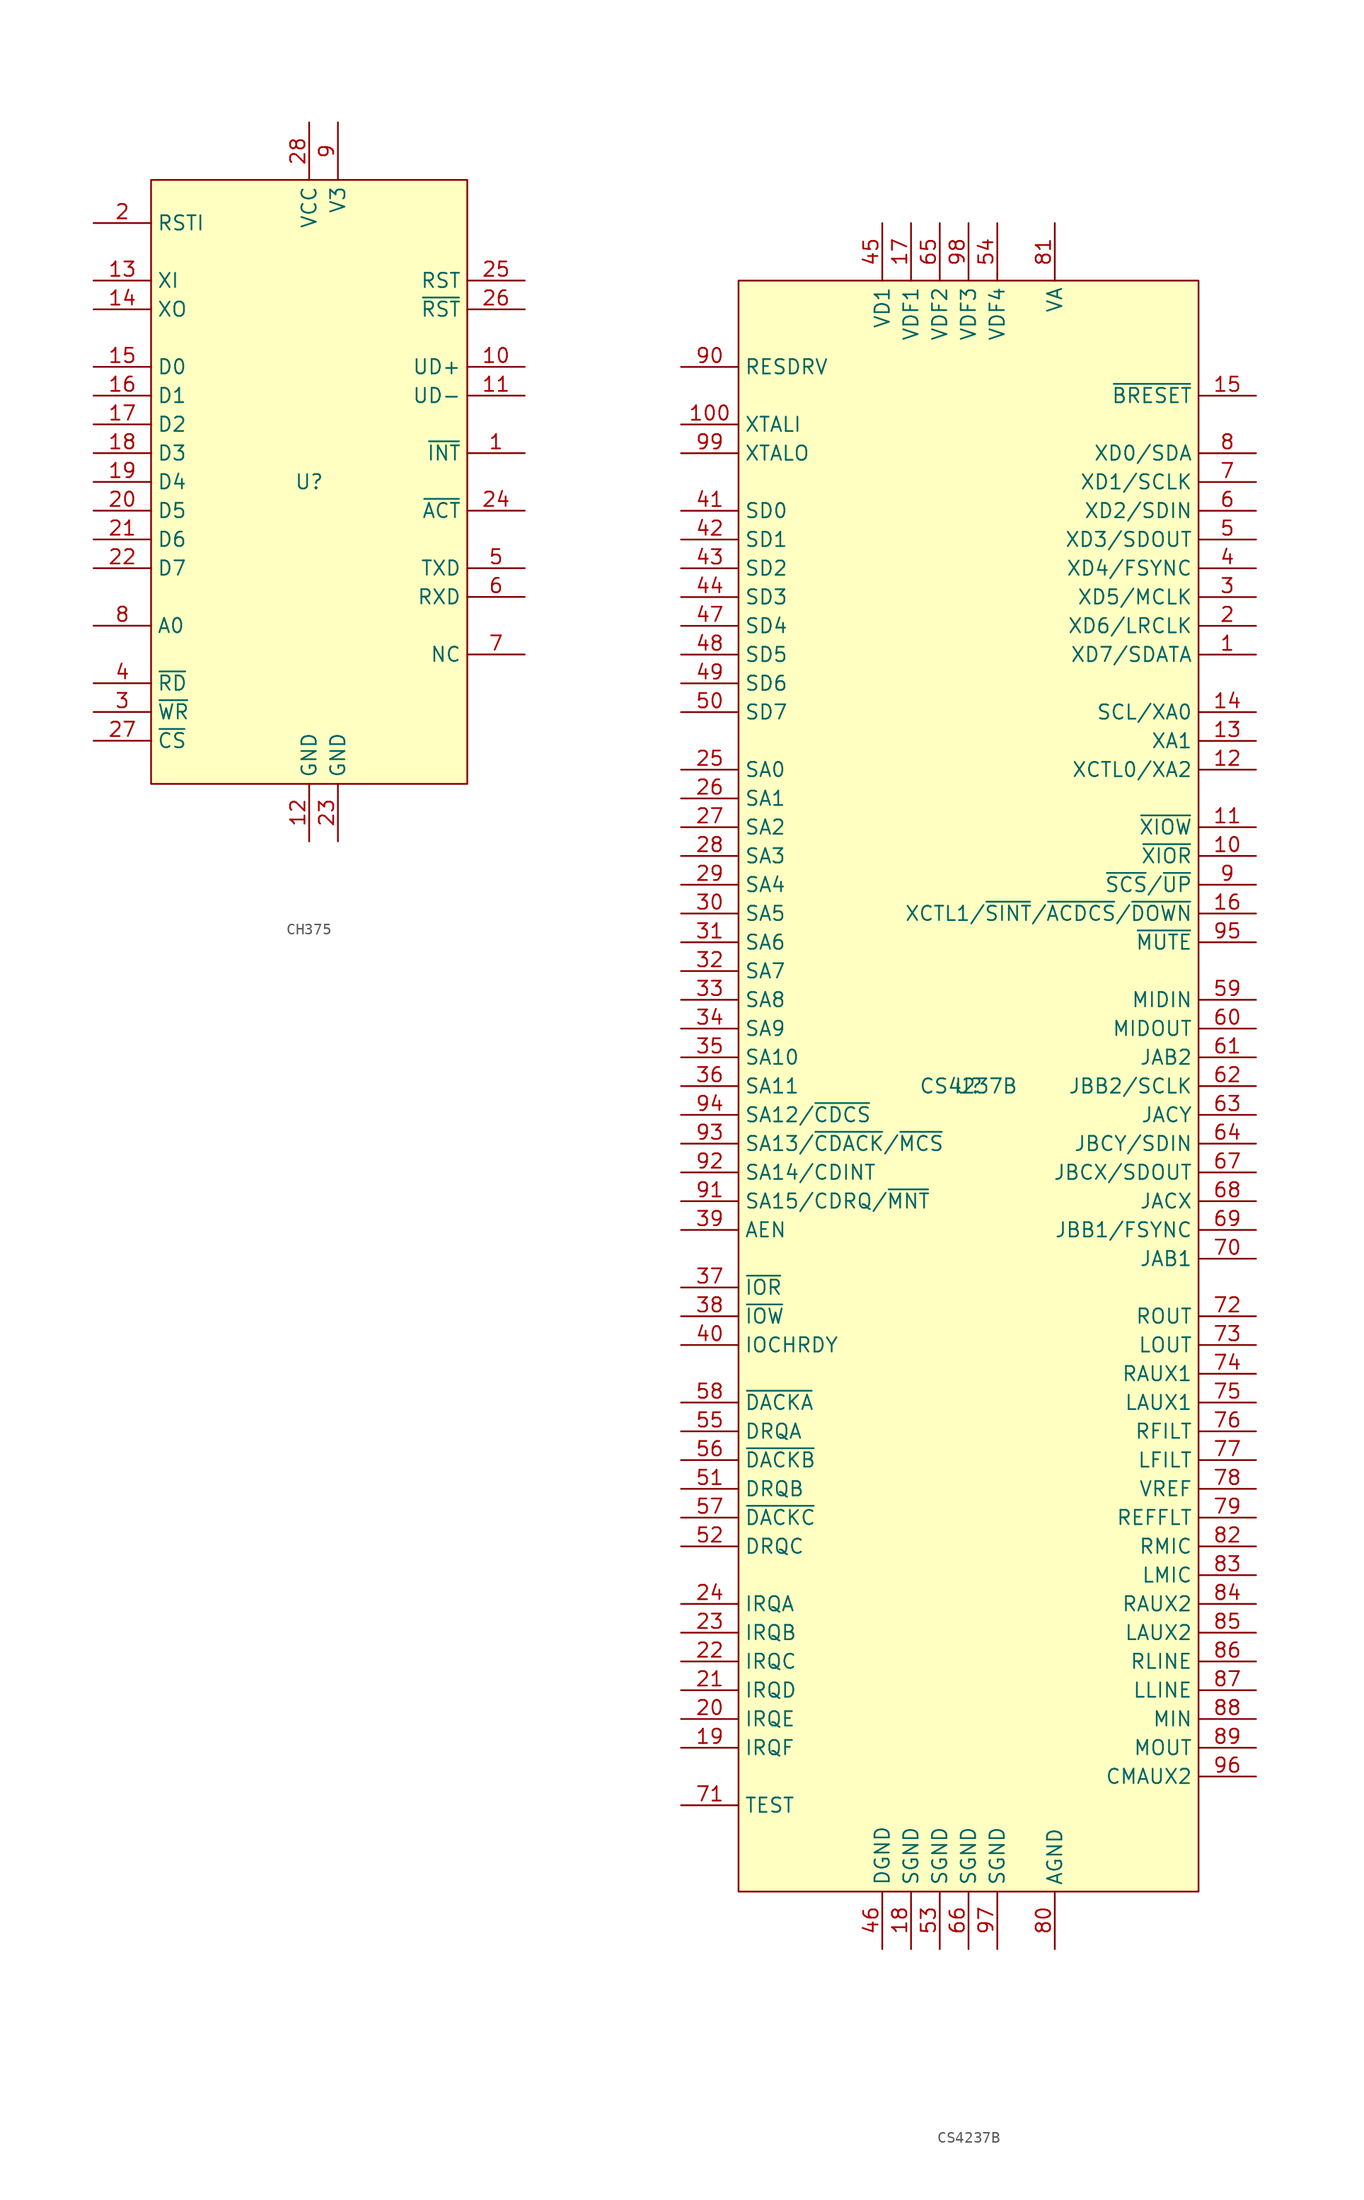
<source format=kicad_sym>
(kicad_symbol_lib
  (version 20231120)
  (generator "kicad_symbol_editor")
  (generator_version "8.0")
  (symbol "CH375"
    (property "Reference" "U"
      (at 0 0 0)
      (effects (font (size 1.27 1.27))))
    (property "Value" ""
      (at 0 0 0)
      (effects (font (size 1.27 1.27))))
    (symbol "CH375_0_0"
      (pin output line (at 19.05 2.54 180) (length 5.08) (name "~{INT}" (effects (font (size 1.27 1.27)))) (number "1" (effects (font (size 1.27 1.27)))))
      (pin bidirectional line (at 19.05 10.16 180) (length 5.08) (name "UD+" (effects (font (size 1.27 1.27)))) (number "10" (effects (font (size 1.27 1.27)))))
      (pin bidirectional line (at 19.05 7.62 180) (length 5.08) (name "UD-" (effects (font (size 1.27 1.27)))) (number "11" (effects (font (size 1.27 1.27)))))
      (pin power_in line (at 0 -31.75 90) (length 5.08) (name "GND" (effects (font (size 1.27 1.27)))) (number "12" (effects (font (size 1.27 1.27)))))
      (pin input line (at -19.05 17.78 0) (length 5.08) (name "XI" (effects (font (size 1.27 1.27)))) (number "13" (effects (font (size 1.27 1.27)))))
      (pin output line (at -19.05 15.24 0) (length 5.08) (name "XO" (effects (font (size 1.27 1.27)))) (number "14" (effects (font (size 1.27 1.27)))))
      (pin bidirectional line (at -19.05 10.16 0) (length 5.08) (name "D0" (effects (font (size 1.27 1.27)))) (number "15" (effects (font (size 1.27 1.27)))))
      (pin bidirectional line (at -19.05 7.62 0) (length 5.08) (name "D1" (effects (font (size 1.27 1.27)))) (number "16" (effects (font (size 1.27 1.27)))))
      (pin bidirectional line (at -19.05 5.08 0) (length 5.08) (name "D2" (effects (font (size 1.27 1.27)))) (number "17" (effects (font (size 1.27 1.27)))))
      (pin bidirectional line (at -19.05 2.54 0) (length 5.08) (name "D3" (effects (font (size 1.27 1.27)))) (number "18" (effects (font (size 1.27 1.27)))))
      (pin bidirectional line (at -19.05 0 0) (length 5.08) (name "D4" (effects (font (size 1.27 1.27)))) (number "19" (effects (font (size 1.27 1.27)))))
      (pin input line (at -19.05 22.86 0) (length 5.08) (name "RSTI" (effects (font (size 1.27 1.27)))) (number "2" (effects (font (size 1.27 1.27)))))
      (pin bidirectional line (at -19.05 -2.54 0) (length 5.08) (name "D5" (effects (font (size 1.27 1.27)))) (number "20" (effects (font (size 1.27 1.27)))))
      (pin bidirectional line (at -19.05 -5.08 0) (length 5.08) (name "D6" (effects (font (size 1.27 1.27)))) (number "21" (effects (font (size 1.27 1.27)))))
      (pin bidirectional line (at -19.05 -7.62 0) (length 5.08) (name "D7" (effects (font (size 1.27 1.27)))) (number "22" (effects (font (size 1.27 1.27)))))
      (pin power_in line (at 2.54 -31.75 90) (length 5.08) (name "GND" (effects (font (size 1.27 1.27)))) (number "23" (effects (font (size 1.27 1.27)))))
      (pin output line (at 19.05 -2.54 180) (length 5.08) (name "~{ACT}" (effects (font (size 1.27 1.27)))) (number "24" (effects (font (size 1.27 1.27)))))
      (pin output line (at 19.05 17.78 180) (length 5.08) (name "RST" (effects (font (size 1.27 1.27)))) (number "25" (effects (font (size 1.27 1.27)))))
      (pin output line (at 19.05 15.24 180) (length 5.08) (name "~{RST}" (effects (font (size 1.27 1.27)))) (number "26" (effects (font (size 1.27 1.27)))))
      (pin input line (at -19.05 -22.86 0) (length 5.08) (name "~{CS}" (effects (font (size 1.27 1.27)))) (number "27" (effects (font (size 1.27 1.27)))))
      (pin power_in line (at 0 31.75 270) (length 5.08) (name "VCC" (effects (font (size 1.27 1.27)))) (number "28" (effects (font (size 1.27 1.27)))))
      (pin input line (at -19.05 -20.32 0) (length 5.08) (name "~{WR}" (effects (font (size 1.27 1.27)))) (number "3" (effects (font (size 1.27 1.27)))))
      (pin input line (at -19.05 -17.78 0) (length 5.08) (name "~{RD}" (effects (font (size 1.27 1.27)))) (number "4" (effects (font (size 1.27 1.27)))))
      (pin bidirectional line (at 19.05 -7.62 180) (length 5.08) (name "TXD" (effects (font (size 1.27 1.27)))) (number "5" (effects (font (size 1.27 1.27)))))
      (pin input line (at 19.05 -10.16 180) (length 5.08) (name "RXD" (effects (font (size 1.27 1.27)))) (number "6" (effects (font (size 1.27 1.27)))))
      (pin input line (at 19.05 -15.24 180) (length 5.08) (name "NC" (effects (font (size 1.27 1.27)))) (number "7" (effects (font (size 1.27 1.27)))))
      (pin input line (at -19.05 -12.7 0) (length 5.08) (name "A0" (effects (font (size 1.27 1.27)))) (number "8" (effects (font (size 1.27 1.27)))))
      (pin power_in line (at 2.54 31.75 270) (length 5.08) (name "V3" (effects (font (size 1.27 1.27)))) (number "9" (effects (font (size 1.27 1.27))))))
    (symbol "CH375_1_1"
      (rectangle (start -13.97 26.67) (end 13.97 -26.67) (stroke (width 0) (type default)) (fill (type background)))))
  (symbol "CS4237B"
    (property "Reference" "U"
      (at 0 0 0)
      (effects (font (size 1.27 1.27))))
    (property "Value" "CS4237B"
      (at 0 0 0)
      (effects (font (size 1.27 1.27))))
    (symbol "CS4237B_0_0"
      (pin bidirectional line (at 25.4 38.1 180) (length 5.08) (name "XD7/SDATA" (effects (font (size 1.27 1.27)))) (number "1" (effects (font (size 1.27 1.27)))))
      (pin output line (at 25.4 20.32 180) (length 5.08) (name "~{XIOR}" (effects (font (size 1.27 1.27)))) (number "10" (effects (font (size 1.27 1.27)))))
      (pin input line (at -25.4 58.42 0) (length 5.08) (name "XTALI" (effects (font (size 1.27 1.27)))) (number "100" (effects (font (size 1.27 1.27)))))
      (pin output line (at 25.4 22.86 180) (length 5.08) (name "~{XIOW}" (effects (font (size 1.27 1.27)))) (number "11" (effects (font (size 1.27 1.27)))))
      (pin output line (at 25.4 27.94 180) (length 5.08) (name "XCTL0/XA2" (effects (font (size 1.27 1.27)))) (number "12" (effects (font (size 1.27 1.27)))))
      (pin output line (at 25.4 30.48 180) (length 5.08) (name "XA1" (effects (font (size 1.27 1.27)))) (number "13" (effects (font (size 1.27 1.27)))))
      (pin output line (at 25.4 33.02 180) (length 5.08) (name "SCL/XA0" (effects (font (size 1.27 1.27)))) (number "14" (effects (font (size 1.27 1.27)))))
      (pin output line (at 25.4 60.96 180) (length 5.08) (name "~{BRESET}" (effects (font (size 1.27 1.27)))) (number "15" (effects (font (size 1.27 1.27)))))
      (pin bidirectional line (at 25.4 15.24 180) (length 5.08) (name "XCTL1/~{SINT}/~{ACDCS}/~{DOWN}" (effects (font (size 1.27 1.27)))) (number "16" (effects (font (size 1.27 1.27)))))
      (pin power_in line (at -5.08 76.2 270) (length 5.08) (name "VDF1" (effects (font (size 1.27 1.27)))) (number "17" (effects (font (size 1.27 1.27)))))
      (pin power_in line (at -5.08 -76.2 90) (length 5.08) (name "SGND" (effects (font (size 1.27 1.27)))) (number "18" (effects (font (size 1.27 1.27)))))
      (pin output line (at -25.4 -58.42 0) (length 5.08) (name "IRQF" (effects (font (size 1.27 1.27)))) (number "19" (effects (font (size 1.27 1.27)))))
      (pin bidirectional line (at 25.4 40.64 180) (length 5.08) (name "XD6/LRCLK" (effects (font (size 1.27 1.27)))) (number "2" (effects (font (size 1.27 1.27)))))
      (pin output line (at -25.4 -55.88 0) (length 5.08) (name "IRQE" (effects (font (size 1.27 1.27)))) (number "20" (effects (font (size 1.27 1.27)))))
      (pin output line (at -25.4 -53.34 0) (length 5.08) (name "IRQD" (effects (font (size 1.27 1.27)))) (number "21" (effects (font (size 1.27 1.27)))))
      (pin output line (at -25.4 -50.8 0) (length 5.08) (name "IRQC" (effects (font (size 1.27 1.27)))) (number "22" (effects (font (size 1.27 1.27)))))
      (pin output line (at -25.4 -48.26 0) (length 5.08) (name "IRQB" (effects (font (size 1.27 1.27)))) (number "23" (effects (font (size 1.27 1.27)))))
      (pin output line (at -25.4 -45.72 0) (length 5.08) (name "IRQA" (effects (font (size 1.27 1.27)))) (number "24" (effects (font (size 1.27 1.27)))))
      (pin input line (at -25.4 27.94 0) (length 5.08) (name "SA0" (effects (font (size 1.27 1.27)))) (number "25" (effects (font (size 1.27 1.27)))))
      (pin input line (at -25.4 25.4 0) (length 5.08) (name "SA1" (effects (font (size 1.27 1.27)))) (number "26" (effects (font (size 1.27 1.27)))))
      (pin input line (at -25.4 22.86 0) (length 5.08) (name "SA2" (effects (font (size 1.27 1.27)))) (number "27" (effects (font (size 1.27 1.27)))))
      (pin input line (at -25.4 20.32 0) (length 5.08) (name "SA3" (effects (font (size 1.27 1.27)))) (number "28" (effects (font (size 1.27 1.27)))))
      (pin input line (at -25.4 17.78 0) (length 5.08) (name "SA4" (effects (font (size 1.27 1.27)))) (number "29" (effects (font (size 1.27 1.27)))))
      (pin bidirectional line (at 25.4 43.18 180) (length 5.08) (name "XD5/MCLK" (effects (font (size 1.27 1.27)))) (number "3" (effects (font (size 1.27 1.27)))))
      (pin input line (at -25.4 15.24 0) (length 5.08) (name "SA5" (effects (font (size 1.27 1.27)))) (number "30" (effects (font (size 1.27 1.27)))))
      (pin input line (at -25.4 12.7 0) (length 5.08) (name "SA6" (effects (font (size 1.27 1.27)))) (number "31" (effects (font (size 1.27 1.27)))))
      (pin input line (at -25.4 10.16 0) (length 5.08) (name "SA7" (effects (font (size 1.27 1.27)))) (number "32" (effects (font (size 1.27 1.27)))))
      (pin input line (at -25.4 7.62 0) (length 5.08) (name "SA8" (effects (font (size 1.27 1.27)))) (number "33" (effects (font (size 1.27 1.27)))))
      (pin input line (at -25.4 5.08 0) (length 5.08) (name "SA9" (effects (font (size 1.27 1.27)))) (number "34" (effects (font (size 1.27 1.27)))))
      (pin input line (at -25.4 2.54 0) (length 5.08) (name "SA10" (effects (font (size 1.27 1.27)))) (number "35" (effects (font (size 1.27 1.27)))))
      (pin input line (at -25.4 0 0) (length 5.08) (name "SA11" (effects (font (size 1.27 1.27)))) (number "36" (effects (font (size 1.27 1.27)))))
      (pin input line (at -25.4 -17.78 0) (length 5.08) (name "~{IOR}" (effects (font (size 1.27 1.27)))) (number "37" (effects (font (size 1.27 1.27)))))
      (pin input line (at -25.4 -20.32 0) (length 5.08) (name "~{IOW}" (effects (font (size 1.27 1.27)))) (number "38" (effects (font (size 1.27 1.27)))))
      (pin input line (at -25.4 -12.7 0) (length 5.08) (name "AEN" (effects (font (size 1.27 1.27)))) (number "39" (effects (font (size 1.27 1.27)))))
      (pin bidirectional line (at 25.4 45.72 180) (length 5.08) (name "XD4/FSYNC" (effects (font (size 1.27 1.27)))) (number "4" (effects (font (size 1.27 1.27)))))
      (pin input line (at -25.4 -22.86 0) (length 5.08) (name "IOCHRDY" (effects (font (size 1.27 1.27)))) (number "40" (effects (font (size 1.27 1.27)))))
      (pin bidirectional line (at -25.4 50.8 0) (length 5.08) (name "SD0" (effects (font (size 1.27 1.27)))) (number "41" (effects (font (size 1.27 1.27)))))
      (pin bidirectional line (at -25.4 48.26 0) (length 5.08) (name "SD1" (effects (font (size 1.27 1.27)))) (number "42" (effects (font (size 1.27 1.27)))))
      (pin bidirectional line (at -25.4 45.72 0) (length 5.08) (name "SD2" (effects (font (size 1.27 1.27)))) (number "43" (effects (font (size 1.27 1.27)))))
      (pin bidirectional line (at -25.4 43.18 0) (length 5.08) (name "SD3" (effects (font (size 1.27 1.27)))) (number "44" (effects (font (size 1.27 1.27)))))
      (pin power_in line (at -7.62 76.2 270) (length 5.08) (name "VD1" (effects (font (size 1.27 1.27)))) (number "45" (effects (font (size 1.27 1.27)))))
      (pin power_in line (at -7.62 -76.2 90) (length 5.08) (name "DGND" (effects (font (size 1.27 1.27)))) (number "46" (effects (font (size 1.27 1.27)))))
      (pin bidirectional line (at -25.4 40.64 0) (length 5.08) (name "SD4" (effects (font (size 1.27 1.27)))) (number "47" (effects (font (size 1.27 1.27)))))
      (pin bidirectional line (at -25.4 38.1 0) (length 5.08) (name "SD5" (effects (font (size 1.27 1.27)))) (number "48" (effects (font (size 1.27 1.27)))))
      (pin bidirectional line (at -25.4 35.56 0) (length 5.08) (name "SD6" (effects (font (size 1.27 1.27)))) (number "49" (effects (font (size 1.27 1.27)))))
      (pin bidirectional line (at 25.4 48.26 180) (length 5.08) (name "XD3/SDOUT" (effects (font (size 1.27 1.27)))) (number "5" (effects (font (size 1.27 1.27)))))
      (pin bidirectional line (at -25.4 33.02 0) (length 5.08) (name "SD7" (effects (font (size 1.27 1.27)))) (number "50" (effects (font (size 1.27 1.27)))))
      (pin output line (at -25.4 -35.56 0) (length 5.08) (name "DRQB" (effects (font (size 1.27 1.27)))) (number "51" (effects (font (size 1.27 1.27)))))
      (pin output line (at -25.4 -40.64 0) (length 5.08) (name "DRQC" (effects (font (size 1.27 1.27)))) (number "52" (effects (font (size 1.27 1.27)))))
      (pin power_in line (at -2.54 -76.2 90) (length 5.08) (name "SGND" (effects (font (size 1.27 1.27)))) (number "53" (effects (font (size 1.27 1.27)))))
      (pin power_in line (at 2.54 76.2 270) (length 5.08) (name "VDF4" (effects (font (size 1.27 1.27)))) (number "54" (effects (font (size 1.27 1.27)))))
      (pin output line (at -25.4 -30.48 0) (length 5.08) (name "DRQA" (effects (font (size 1.27 1.27)))) (number "55" (effects (font (size 1.27 1.27)))))
      (pin input line (at -25.4 -33.02 0) (length 5.08) (name "~{DACKB}" (effects (font (size 1.27 1.27)))) (number "56" (effects (font (size 1.27 1.27)))))
      (pin input line (at -25.4 -38.1 0) (length 5.08) (name "~{DACKC}" (effects (font (size 1.27 1.27)))) (number "57" (effects (font (size 1.27 1.27)))))
      (pin input line (at -25.4 -27.94 0) (length 5.08) (name "~{DACKA}" (effects (font (size 1.27 1.27)))) (number "58" (effects (font (size 1.27 1.27)))))
      (pin input line (at 25.4 7.62 180) (length 5.08) (name "MIDIN" (effects (font (size 1.27 1.27)))) (number "59" (effects (font (size 1.27 1.27)))))
      (pin bidirectional line (at 25.4 50.8 180) (length 5.08) (name "XD2/SDIN" (effects (font (size 1.27 1.27)))) (number "6" (effects (font (size 1.27 1.27)))))
      (pin output line (at 25.4 5.08 180) (length 5.08) (name "MIDOUT" (effects (font (size 1.27 1.27)))) (number "60" (effects (font (size 1.27 1.27)))))
      (pin input line (at 25.4 2.54 180) (length 5.08) (name "JAB2" (effects (font (size 1.27 1.27)))) (number "61" (effects (font (size 1.27 1.27)))))
      (pin bidirectional line (at 25.4 0 180) (length 5.08) (name "JBB2/SCLK" (effects (font (size 1.27 1.27)))) (number "62" (effects (font (size 1.27 1.27)))))
      (pin input line (at 25.4 -2.54 180) (length 5.08) (name "JACY" (effects (font (size 1.27 1.27)))) (number "63" (effects (font (size 1.27 1.27)))))
      (pin bidirectional line (at 25.4 -5.08 180) (length 5.08) (name "JBCY/SDIN" (effects (font (size 1.27 1.27)))) (number "64" (effects (font (size 1.27 1.27)))))
      (pin power_in line (at -2.54 76.2 270) (length 5.08) (name "VDF2" (effects (font (size 1.27 1.27)))) (number "65" (effects (font (size 1.27 1.27)))))
      (pin power_in line (at 0 -76.2 90) (length 5.08) (name "SGND" (effects (font (size 1.27 1.27)))) (number "66" (effects (font (size 1.27 1.27)))))
      (pin bidirectional line (at 25.4 -7.62 180) (length 5.08) (name "JBCX/SDOUT" (effects (font (size 1.27 1.27)))) (number "67" (effects (font (size 1.27 1.27)))))
      (pin input line (at 25.4 -10.16 180) (length 5.08) (name "JACX" (effects (font (size 1.27 1.27)))) (number "68" (effects (font (size 1.27 1.27)))))
      (pin bidirectional line (at 25.4 -12.7 180) (length 5.08) (name "JBB1/FSYNC" (effects (font (size 1.27 1.27)))) (number "69" (effects (font (size 1.27 1.27)))))
      (pin bidirectional line (at 25.4 53.34 180) (length 5.08) (name "XD1/SCLK" (effects (font (size 1.27 1.27)))) (number "7" (effects (font (size 1.27 1.27)))))
      (pin input line (at 25.4 -15.24 180) (length 5.08) (name "JAB1" (effects (font (size 1.27 1.27)))) (number "70" (effects (font (size 1.27 1.27)))))
      (pin input line (at -25.4 -63.5 0) (length 5.08) (name "TEST" (effects (font (size 1.27 1.27)))) (number "71" (effects (font (size 1.27 1.27)))))
      (pin output line (at 25.4 -20.32 180) (length 5.08) (name "ROUT" (effects (font (size 1.27 1.27)))) (number "72" (effects (font (size 1.27 1.27)))))
      (pin output line (at 25.4 -22.86 180) (length 5.08) (name "LOUT" (effects (font (size 1.27 1.27)))) (number "73" (effects (font (size 1.27 1.27)))))
      (pin input line (at 25.4 -25.4 180) (length 5.08) (name "RAUX1" (effects (font (size 1.27 1.27)))) (number "74" (effects (font (size 1.27 1.27)))))
      (pin input line (at 25.4 -27.94 180) (length 5.08) (name "LAUX1" (effects (font (size 1.27 1.27)))) (number "75" (effects (font (size 1.27 1.27)))))
      (pin input line (at 25.4 -30.48 180) (length 5.08) (name "RFILT" (effects (font (size 1.27 1.27)))) (number "76" (effects (font (size 1.27 1.27)))))
      (pin input line (at 25.4 -33.02 180) (length 5.08) (name "LFILT" (effects (font (size 1.27 1.27)))) (number "77" (effects (font (size 1.27 1.27)))))
      (pin input line (at 25.4 -35.56 180) (length 5.08) (name "VREF" (effects (font (size 1.27 1.27)))) (number "78" (effects (font (size 1.27 1.27)))))
      (pin input line (at 25.4 -38.1 180) (length 5.08) (name "REFFLT" (effects (font (size 1.27 1.27)))) (number "79" (effects (font (size 1.27 1.27)))))
      (pin bidirectional line (at 25.4 55.88 180) (length 5.08) (name "XD0/SDA" (effects (font (size 1.27 1.27)))) (number "8" (effects (font (size 1.27 1.27)))))
      (pin power_in line (at 7.62 -76.2 90) (length 5.08) (name "AGND" (effects (font (size 1.27 1.27)))) (number "80" (effects (font (size 1.27 1.27)))))
      (pin power_in line (at 7.62 76.2 270) (length 5.08) (name "VA" (effects (font (size 1.27 1.27)))) (number "81" (effects (font (size 1.27 1.27)))))
      (pin input line (at 25.4 -40.64 180) (length 5.08) (name "RMIC" (effects (font (size 1.27 1.27)))) (number "82" (effects (font (size 1.27 1.27)))))
      (pin input line (at 25.4 -43.18 180) (length 5.08) (name "LMIC" (effects (font (size 1.27 1.27)))) (number "83" (effects (font (size 1.27 1.27)))))
      (pin input line (at 25.4 -45.72 180) (length 5.08) (name "RAUX2" (effects (font (size 1.27 1.27)))) (number "84" (effects (font (size 1.27 1.27)))))
      (pin input line (at 25.4 -48.26 180) (length 5.08) (name "LAUX2" (effects (font (size 1.27 1.27)))) (number "85" (effects (font (size 1.27 1.27)))))
      (pin input line (at 25.4 -50.8 180) (length 5.08) (name "RLINE" (effects (font (size 1.27 1.27)))) (number "86" (effects (font (size 1.27 1.27)))))
      (pin input line (at 25.4 -53.34 180) (length 5.08) (name "LLINE" (effects (font (size 1.27 1.27)))) (number "87" (effects (font (size 1.27 1.27)))))
      (pin input line (at 25.4 -55.88 180) (length 5.08) (name "MIN" (effects (font (size 1.27 1.27)))) (number "88" (effects (font (size 1.27 1.27)))))
      (pin output line (at 25.4 -58.42 180) (length 5.08) (name "MOUT" (effects (font (size 1.27 1.27)))) (number "89" (effects (font (size 1.27 1.27)))))
      (pin bidirectional line (at 25.4 17.78 180) (length 5.08) (name "~{SCS}/~{UP}" (effects (font (size 1.27 1.27)))) (number "9" (effects (font (size 1.27 1.27)))))
      (pin input line (at -25.4 63.5 0) (length 5.08) (name "RESDRV" (effects (font (size 1.27 1.27)))) (number "90" (effects (font (size 1.27 1.27)))))
      (pin input line (at -25.4 -10.16 0) (length 5.08) (name "SA15/CDRQ/~{MNT}" (effects (font (size 1.27 1.27)))) (number "91" (effects (font (size 1.27 1.27)))))
      (pin input line (at -25.4 -7.62 0) (length 5.08) (name "SA14/CDINT" (effects (font (size 1.27 1.27)))) (number "92" (effects (font (size 1.27 1.27)))))
      (pin input line (at -25.4 -5.08 0) (length 5.08) (name "SA13/~{CDACK}/~{MCS}" (effects (font (size 1.27 1.27)))) (number "93" (effects (font (size 1.27 1.27)))))
      (pin input line (at -25.4 -2.54 0) (length 5.08) (name "SA12/~{CDCS}" (effects (font (size 1.27 1.27)))) (number "94" (effects (font (size 1.27 1.27)))))
      (pin input line (at 25.4 12.7 180) (length 5.08) (name "~{MUTE}" (effects (font (size 1.27 1.27)))) (number "95" (effects (font (size 1.27 1.27)))))
      (pin input line (at 25.4 -60.96 180) (length 5.08) (name "CMAUX2" (effects (font (size 1.27 1.27)))) (number "96" (effects (font (size 1.27 1.27)))))
      (pin power_in line (at 2.54 -76.2 90) (length 5.08) (name "SGND" (effects (font (size 1.27 1.27)))) (number "97" (effects (font (size 1.27 1.27)))))
      (pin power_in line (at 0 76.2 270) (length 5.08) (name "VDF3" (effects (font (size 1.27 1.27)))) (number "98" (effects (font (size 1.27 1.27)))))
      (pin output line (at -25.4 55.88 0) (length 5.08) (name "XTALO" (effects (font (size 1.27 1.27)))) (number "99" (effects (font (size 1.27 1.27))))))
    (symbol "CS4237B_1_1"
      (rectangle (start -20.32 71.12) (end 20.32 -71.12) (stroke (width 0) (type default)) (fill (type background))))))
</source>
